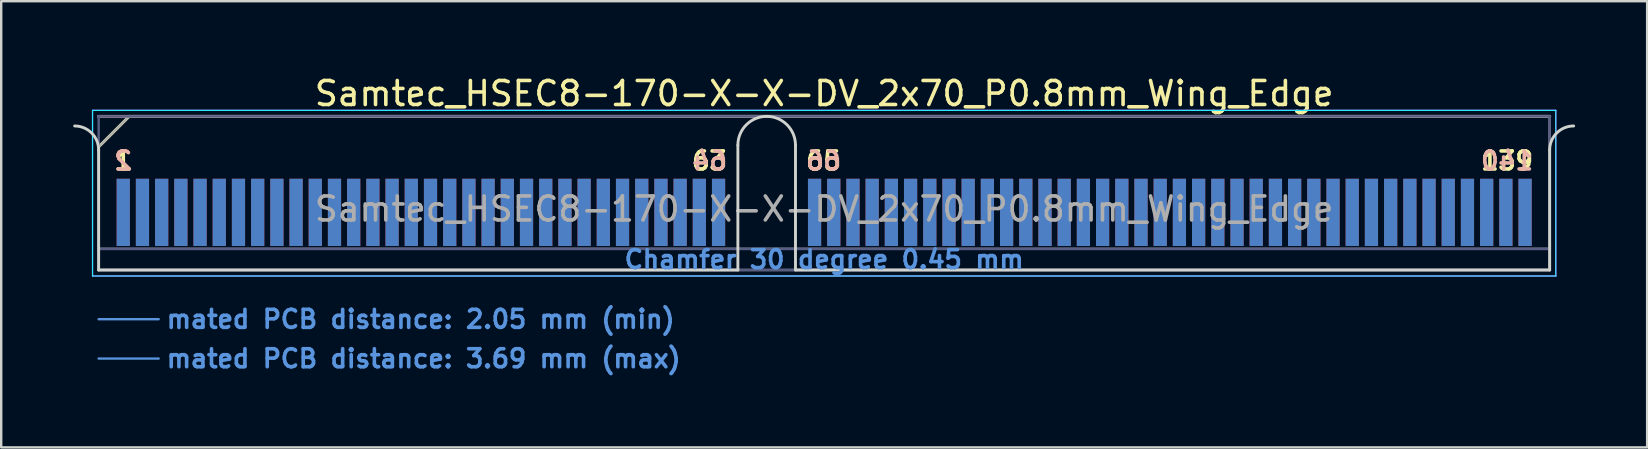
<source format=kicad_pcb>
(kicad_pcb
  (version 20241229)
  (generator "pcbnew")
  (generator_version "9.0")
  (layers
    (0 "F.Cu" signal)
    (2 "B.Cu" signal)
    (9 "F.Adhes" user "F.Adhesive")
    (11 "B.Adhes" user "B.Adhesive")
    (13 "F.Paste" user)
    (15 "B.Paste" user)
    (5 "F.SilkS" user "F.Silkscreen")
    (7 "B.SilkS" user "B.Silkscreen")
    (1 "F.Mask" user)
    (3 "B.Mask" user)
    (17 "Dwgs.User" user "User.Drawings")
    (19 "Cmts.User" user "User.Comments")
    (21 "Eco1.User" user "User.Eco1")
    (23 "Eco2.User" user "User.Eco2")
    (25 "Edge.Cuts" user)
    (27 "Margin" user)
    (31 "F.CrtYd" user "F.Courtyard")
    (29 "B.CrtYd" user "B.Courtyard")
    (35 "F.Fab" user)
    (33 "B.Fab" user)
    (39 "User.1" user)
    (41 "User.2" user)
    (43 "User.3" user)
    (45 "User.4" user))
  (footprint "Samtec_HSEC8-170-X-X-DV_2x70_P0.8mm_Wing_Edge"
    (layer "F.Cu")
    (at 31.285 8.198)
    (property "Reference" "Samtec_HSEC8-170-X-X-DV_2x70_P0.8mm_Wing_Edge" (at 0 -7.35 0) (layer "F.SilkS") (effects (font (size 1 1) (thickness 0.15))))
    (attr exclude_from_pos_files exclude_from_bom)
    (fp_line (start -30.225 -5.13) (end -28.955 -6.4) (stroke (width 0.12) (type solid)) (layer "F.SilkS"))
    (fp_line (start -28.955 -6.4) (end 30.225 -6.4) (stroke (width 0.12) (type solid)) (layer "F.SilkS"))
    (fp_line (start -30.225 -6.4) (end -30.225 -6.4) (stroke (width 0.12) (type solid)) (layer "B.SilkS"))
    (fp_line (start -30.225 -6.4) (end 30.225 -6.4) (stroke (width 0.12) (type solid)) (layer "B.SilkS"))
    (fp_line (start -30.225 2.05) (end -27.725 2.05) (stroke (width 0.1) (type solid)) (layer "Cmts.User"))
    (fp_line (start -30.225 3.69) (end -27.725 3.69) (stroke (width 0.1) (type solid)) (layer "Cmts.User"))
    (fp_line (start -30.225 -5) (end -30.225 0) (stroke (width 0.12) (type solid)) (layer "Edge.Cuts"))
    (fp_line (start -30.225 0) (end -3.595 0) (stroke (width 0.12) (type solid)) (layer "Edge.Cuts"))
    (fp_line (start -3.595 0) (end -3.595 -5.2) (stroke (width 0.12) (type solid)) (layer "Edge.Cuts"))
    (fp_line (start -1.195 -5.2) (end -1.195 0) (stroke (width 0.12) (type solid)) (layer "Edge.Cuts"))
    (fp_line (start -1.195 0) (end 30.225 0) (stroke (width 0.12) (type solid)) (layer "Edge.Cuts"))
    (fp_line (start 30.225 0) (end 30.225 -5) (stroke (width 0.12) (type solid)) (layer "Edge.Cuts"))
    (fp_arc (start -31.225 -6) (mid -30.517893 -5.707107) (end -30.225 -5) (stroke (width 0.12) (type solid)) (layer "Edge.Cuts"))
    (fp_arc (start -3.595 -5.2) (mid -2.395 -6.4) (end -1.195 -5.2) (stroke (width 0.12) (type solid)) (layer "Edge.Cuts"))
    (fp_arc (start 30.225 -5) (mid 30.517893 -5.707107) (end 31.225 -6) (stroke (width 0.12) (type solid)) (layer "Edge.Cuts"))
    (fp_line (start -30.48 -6.65) (end -30.48 0.25) (stroke (width 0.05) (type solid)) (layer "B.CrtYd"))
    (fp_line (start -30.48 0.25) (end 30.48 0.25) (stroke (width 0.05) (type solid)) (layer "B.CrtYd"))
    (fp_line (start 30.48 -6.65) (end -30.48 -6.65) (stroke (width 0.05) (type solid)) (layer "B.CrtYd"))
    (fp_line (start 30.48 0.25) (end 30.48 -6.65) (stroke (width 0.05) (type solid)) (layer "B.CrtYd"))
    (fp_line (start -30.48 -6.65) (end -30.48 0.25) (stroke (width 0.05) (type solid)) (layer "F.CrtYd"))
    (fp_line (start -30.48 0.25) (end 30.48 0.25) (stroke (width 0.05) (type solid)) (layer "F.CrtYd"))
    (fp_line (start 30.48 -6.65) (end -30.48 -6.65) (stroke (width 0.05) (type solid)) (layer "F.CrtYd"))
    (fp_line (start 30.48 0.25) (end 30.48 -6.65) (stroke (width 0.05) (type solid)) (layer "F.CrtYd"))
    (fp_line (start -30.225 -6.4) (end -30.225 -6.4) (stroke (width 0.1) (type solid)) (layer "B.Fab"))
    (fp_line (start -30.225 -6.4) (end -30.225 0) (stroke (width 0.1) (type solid)) (layer "B.Fab"))
    (fp_line (start -30.225 -6.4) (end 30.225 -6.4) (stroke (width 0.1) (type solid)) (layer "B.Fab"))
    (fp_line (start -30.225 -0.88) (end 30.225 -0.88) (stroke (width 0.1) (type solid)) (layer "B.Fab"))
    (fp_line (start -30.225 0) (end 30.225 0) (stroke (width 0.1) (type solid)) (layer "B.Fab"))
    (fp_line (start 30.225 -6.4) (end 30.225 0) (stroke (width 0.1) (type solid)) (layer "B.Fab"))
    (fp_line (start -30.225 -5.13) (end -30.225 0) (stroke (width 0.1) (type solid)) (layer "F.Fab"))
    (fp_line (start -30.225 -5.13) (end -28.955 -6.4) (stroke (width 0.1) (type solid)) (layer "F.Fab"))
    (fp_line (start -30.225 -0.88) (end 30.225 -0.88) (stroke (width 0.1) (type solid)) (layer "F.Fab"))
    (fp_line (start -30.225 0) (end 30.225 0) (stroke (width 0.1) (type solid)) (layer "F.Fab"))
    (fp_line (start -28.955 -6.4) (end 30.225 -6.4) (stroke (width 0.1) (type solid)) (layer "F.Fab"))
    (fp_line (start 30.225 -6.4) (end 30.225 0) (stroke (width 0.1) (type solid)) (layer "F.Fab"))
    (fp_text user "139" (at 28.45 -4.55 0) (layer "F.SilkS") (effects (font (size 0.75 0.75) (thickness 0.15))))
    (fp_text user "1" (at -29.2 -4.55 0) (layer "F.SilkS") (effects (font (size 0.75 0.75) (thickness 0.15))))
    (fp_text user "65" (at -0.025 -4.55 0) (layer "F.SilkS") (effects (font (size 0.75 0.75) (thickness 0.15))))
    (fp_text user "63" (at -4.775 -4.55 0) (layer "F.SilkS") (effects (font (size 0.75 0.75) (thickness 0.15))))
    (fp_text user "66" (at -0.025 -4.55 0) (layer "B.SilkS") (effects (font (size 0.75 0.75) (thickness 0.15)) (justify mirror)))
    (fp_text user "2" (at -29.2 -4.55 0) (layer "B.SilkS") (effects (font (size 0.75 0.75) (thickness 0.15)) (justify mirror)))
    (fp_text user "140" (at 28.45 -4.55 0) (layer "B.SilkS") (effects (font (size 0.75 0.75) (thickness 0.15)) (justify mirror)))
    (fp_text user "64" (at -4.775 -4.55 0) (layer "B.SilkS") (effects (font (size 0.75 0.75) (thickness 0.15)) (justify mirror)))
    (fp_text user "mated PCB distance: 2.05 mm (min)" (at -27.48 2.05 0) (layer "Cmts.User") (effects (font (size 0.75 0.75) (thickness 0.15)) (justify left)))
    (fp_text user "mated PCB distance: 3.69 mm (max)" (at -27.48 3.69 0) (layer "Cmts.User") (effects (font (size 0.75 0.75) (thickness 0.15)) (justify left)))
    (fp_text user "Chamfer 30 degree 0.45 mm" (at 0 -0.44 0) (layer "Cmts.User") (effects (font (size 0.75 0.75) (thickness 0.15))))
    (fp_text user "${REFERENCE}" (at 0 -2.54 0) (layer "F.Fab") (effects (font (size 1 1) (thickness 0.15))))
    (pad "1" connect rect (at -29.2 -2.4) (size 0.55 2.8) (layers "F.Cu" "F.Mask"))
    (pad "2" connect rect (at -29.2 -2.4) (size 0.55 2.8) (layers "B.Cu" "B.Mask"))
    (pad "3" connect rect (at -28.4 -2.4) (size 0.55 2.8) (layers "F.Cu" "F.Mask"))
    (pad "4" connect rect (at -28.4 -2.4) (size 0.55 2.8) (layers "B.Cu" "B.Mask"))
    (pad "5" connect rect (at -27.6 -2.4) (size 0.55 2.8) (layers "F.Cu" "F.Mask"))
    (pad "6" connect rect (at -27.6 -2.4) (size 0.55 2.8) (layers "B.Cu" "B.Mask"))
    (pad "7" connect rect (at -26.8 -2.4) (size 0.55 2.8) (layers "F.Cu" "F.Mask"))
    (pad "8" connect rect (at -26.8 -2.4) (size 0.55 2.8) (layers "B.Cu" "B.Mask"))
    (pad "9" connect rect (at -26 -2.4) (size 0.55 2.8) (layers "F.Cu" "F.Mask"))
    (pad "10" connect rect (at -26 -2.4) (size 0.55 2.8) (layers "B.Cu" "B.Mask"))
    (pad "11" connect rect (at -25.2 -2.4) (size 0.55 2.8) (layers "F.Cu" "F.Mask"))
    (pad "12" connect rect (at -25.2 -2.4) (size 0.55 2.8) (layers "B.Cu" "B.Mask"))
    (pad "13" connect rect (at -24.4 -2.4) (size 0.55 2.8) (layers "F.Cu" "F.Mask"))
    (pad "14" connect rect (at -24.4 -2.4) (size 0.55 2.8) (layers "B.Cu" "B.Mask"))
    (pad "15" connect rect (at -23.6 -2.4) (size 0.55 2.8) (layers "F.Cu" "F.Mask"))
    (pad "16" connect rect (at -23.6 -2.4) (size 0.55 2.8) (layers "B.Cu" "B.Mask"))
    (pad "17" connect rect (at -22.8 -2.4) (size 0.55 2.8) (layers "F.Cu" "F.Mask"))
    (pad "18" connect rect (at -22.8 -2.4) (size 0.55 2.8) (layers "B.Cu" "B.Mask"))
    (pad "19" connect rect (at -22 -2.4) (size 0.55 2.8) (layers "F.Cu" "F.Mask"))
    (pad "20" connect rect (at -22 -2.4) (size 0.55 2.8) (layers "B.Cu" "B.Mask"))
    (pad "21" connect rect (at -21.2 -2.4) (size 0.55 2.8) (layers "F.Cu" "F.Mask"))
    (pad "22" connect rect (at -21.2 -2.4) (size 0.55 2.8) (layers "B.Cu" "B.Mask"))
    (pad "23" connect rect (at -20.4 -2.4) (size 0.55 2.8) (layers "F.Cu" "F.Mask"))
    (pad "24" connect rect (at -20.4 -2.4) (size 0.55 2.8) (layers "B.Cu" "B.Mask"))
    (pad "25" connect rect (at -19.6 -2.4) (size 0.55 2.8) (layers "F.Cu" "F.Mask"))
    (pad "26" connect rect (at -19.6 -2.4) (size 0.55 2.8) (layers "B.Cu" "B.Mask"))
    (pad "27" connect rect (at -18.8 -2.4) (size 0.55 2.8) (layers "F.Cu" "F.Mask"))
    (pad "28" connect rect (at -18.8 -2.4) (size 0.55 2.8) (layers "B.Cu" "B.Mask"))
    (pad "29" connect rect (at -18 -2.4) (size 0.55 2.8) (layers "F.Cu" "F.Mask"))
    (pad "30" connect rect (at -18 -2.4) (size 0.55 2.8) (layers "B.Cu" "B.Mask"))
    (pad "31" connect rect (at -17.2 -2.4) (size 0.55 2.8) (layers "F.Cu" "F.Mask"))
    (pad "32" connect rect (at -17.2 -2.4) (size 0.55 2.8) (layers "B.Cu" "B.Mask"))
    (pad "33" connect rect (at -16.4 -2.4) (size 0.55 2.8) (layers "F.Cu" "F.Mask"))
    (pad "34" connect rect (at -16.4 -2.4) (size 0.55 2.8) (layers "B.Cu" "B.Mask"))
    (pad "35" connect rect (at -15.6 -2.4) (size 0.55 2.8) (layers "F.Cu" "F.Mask"))
    (pad "36" connect rect (at -15.6 -2.4) (size 0.55 2.8) (layers "B.Cu" "B.Mask"))
    (pad "37" connect rect (at -14.8 -2.4) (size 0.55 2.8) (layers "F.Cu" "F.Mask"))
    (pad "38" connect rect (at -14.8 -2.4) (size 0.55 2.8) (layers "B.Cu" "B.Mask"))
    (pad "39" connect rect (at -14 -2.4) (size 0.55 2.8) (layers "F.Cu" "F.Mask"))
    (pad "40" connect rect (at -14 -2.4) (size 0.55 2.8) (layers "B.Cu" "B.Mask"))
    (pad "41" connect rect (at -13.2 -2.4) (size 0.55 2.8) (layers "F.Cu" "F.Mask"))
    (pad "42" connect rect (at -13.2 -2.4) (size 0.55 2.8) (layers "B.Cu" "B.Mask"))
    (pad "43" connect rect (at -12.4 -2.4) (size 0.55 2.8) (layers "F.Cu" "F.Mask"))
    (pad "44" connect rect (at -12.4 -2.4) (size 0.55 2.8) (layers "B.Cu" "B.Mask"))
    (pad "45" connect rect (at -11.6 -2.4) (size 0.55 2.8) (layers "F.Cu" "F.Mask"))
    (pad "46" connect rect (at -11.6 -2.4) (size 0.55 2.8) (layers "B.Cu" "B.Mask"))
    (pad "47" connect rect (at -10.8 -2.4) (size 0.55 2.8) (layers "F.Cu" "F.Mask"))
    (pad "48" connect rect (at -10.8 -2.4) (size 0.55 2.8) (layers "B.Cu" "B.Mask"))
    (pad "49" connect rect (at -10 -2.4) (size 0.55 2.8) (layers "F.Cu" "F.Mask"))
    (pad "50" connect rect (at -10 -2.4) (size 0.55 2.8) (layers "B.Cu" "B.Mask"))
    (pad "51" connect rect (at -9.2 -2.4) (size 0.55 2.8) (layers "F.Cu" "F.Mask"))
    (pad "52" connect rect (at -9.2 -2.4) (size 0.55 2.8) (layers "B.Cu" "B.Mask"))
    (pad "53" connect rect (at -8.4 -2.4) (size 0.55 2.8) (layers "F.Cu" "F.Mask"))
    (pad "54" connect rect (at -8.4 -2.4) (size 0.55 2.8) (layers "B.Cu" "B.Mask"))
    (pad "55" connect rect (at -7.6 -2.4) (size 0.55 2.8) (layers "F.Cu" "F.Mask"))
    (pad "56" connect rect (at -7.6 -2.4) (size 0.55 2.8) (layers "B.Cu" "B.Mask"))
    (pad "57" connect rect (at -6.8 -2.4) (size 0.55 2.8) (layers "F.Cu" "F.Mask"))
    (pad "58" connect rect (at -6.8 -2.4) (size 0.55 2.8) (layers "B.Cu" "B.Mask"))
    (pad "59" connect rect (at -6 -2.4) (size 0.55 2.8) (layers "F.Cu" "F.Mask"))
    (pad "60" connect rect (at -6 -2.4) (size 0.55 2.8) (layers "B.Cu" "B.Mask"))
    (pad "61" connect rect (at -5.2 -2.4) (size 0.55 2.8) (layers "F.Cu" "F.Mask"))
    (pad "62" connect rect (at -5.2 -2.4) (size 0.55 2.8) (layers "B.Cu" "B.Mask"))
    (pad "63" connect rect (at -4.4 -2.4) (size 0.55 2.8) (layers "F.Cu" "F.Mask"))
    (pad "64" connect rect (at -4.4 -2.4) (size 0.55 2.8) (layers "B.Cu" "B.Mask"))
    (pad "65" connect rect (at -0.4 -2.4) (size 0.55 2.8) (layers "F.Cu" "F.Mask"))
    (pad "66" connect rect (at -0.4 -2.4) (size 0.55 2.8) (layers "B.Cu" "B.Mask"))
    (pad "67" connect rect (at 0.4 -2.4) (size 0.55 2.8) (layers "F.Cu" "F.Mask"))
    (pad "68" connect rect (at 0.4 -2.4) (size 0.55 2.8) (layers "B.Cu" "B.Mask"))
    (pad "69" connect rect (at 1.2 -2.4) (size 0.55 2.8) (layers "F.Cu" "F.Mask"))
    (pad "70" connect rect (at 1.2 -2.4) (size 0.55 2.8) (layers "B.Cu" "B.Mask"))
    (pad "71" connect rect (at 2 -2.4) (size 0.55 2.8) (layers "F.Cu" "F.Mask"))
    (pad "72" connect rect (at 2 -2.4) (size 0.55 2.8) (layers "B.Cu" "B.Mask"))
    (pad "73" connect rect (at 2.8 -2.4) (size 0.55 2.8) (layers "F.Cu" "F.Mask"))
    (pad "74" connect rect (at 2.8 -2.4) (size 0.55 2.8) (layers "B.Cu" "B.Mask"))
    (pad "75" connect rect (at 3.6 -2.4) (size 0.55 2.8) (layers "F.Cu" "F.Mask"))
    (pad "76" connect rect (at 3.6 -2.4) (size 0.55 2.8) (layers "B.Cu" "B.Mask"))
    (pad "77" connect rect (at 4.4 -2.4) (size 0.55 2.8) (layers "F.Cu" "F.Mask"))
    (pad "78" connect rect (at 4.4 -2.4) (size 0.55 2.8) (layers "B.Cu" "B.Mask"))
    (pad "79" connect rect (at 5.2 -2.4) (size 0.55 2.8) (layers "F.Cu" "F.Mask"))
    (pad "80" connect rect (at 5.2 -2.4) (size 0.55 2.8) (layers "B.Cu" "B.Mask"))
    (pad "81" connect rect (at 6 -2.4) (size 0.55 2.8) (layers "F.Cu" "F.Mask"))
    (pad "82" connect rect (at 6 -2.4) (size 0.55 2.8) (layers "B.Cu" "B.Mask"))
    (pad "83" connect rect (at 6.8 -2.4) (size 0.55 2.8) (layers "F.Cu" "F.Mask"))
    (pad "84" connect rect (at 6.8 -2.4) (size 0.55 2.8) (layers "B.Cu" "B.Mask"))
    (pad "85" connect rect (at 7.6 -2.4) (size 0.55 2.8) (layers "F.Cu" "F.Mask"))
    (pad "86" connect rect (at 7.6 -2.4) (size 0.55 2.8) (layers "B.Cu" "B.Mask"))
    (pad "87" connect rect (at 8.4 -2.4) (size 0.55 2.8) (layers "F.Cu" "F.Mask"))
    (pad "88" connect rect (at 8.4 -2.4) (size 0.55 2.8) (layers "B.Cu" "B.Mask"))
    (pad "89" connect rect (at 9.2 -2.4) (size 0.55 2.8) (layers "F.Cu" "F.Mask"))
    (pad "90" connect rect (at 9.2 -2.4) (size 0.55 2.8) (layers "B.Cu" "B.Mask"))
    (pad "91" connect rect (at 10 -2.4) (size 0.55 2.8) (layers "F.Cu" "F.Mask"))
    (pad "92" connect rect (at 10 -2.4) (size 0.55 2.8) (layers "B.Cu" "B.Mask"))
    (pad "93" connect rect (at 10.8 -2.4) (size 0.55 2.8) (layers "F.Cu" "F.Mask"))
    (pad "94" connect rect (at 10.8 -2.4) (size 0.55 2.8) (layers "B.Cu" "B.Mask"))
    (pad "95" connect rect (at 11.6 -2.4) (size 0.55 2.8) (layers "F.Cu" "F.Mask"))
    (pad "96" connect rect (at 11.6 -2.4) (size 0.55 2.8) (layers "B.Cu" "B.Mask"))
    (pad "97" connect rect (at 12.4 -2.4) (size 0.55 2.8) (layers "F.Cu" "F.Mask"))
    (pad "98" connect rect (at 12.4 -2.4) (size 0.55 2.8) (layers "B.Cu" "B.Mask"))
    (pad "99" connect rect (at 13.2 -2.4) (size 0.55 2.8) (layers "F.Cu" "F.Mask"))
    (pad "100" connect rect (at 13.2 -2.4) (size 0.55 2.8) (layers "B.Cu" "B.Mask"))
    (pad "101" connect rect (at 14 -2.4) (size 0.55 2.8) (layers "F.Cu" "F.Mask"))
    (pad "102" connect rect (at 14 -2.4) (size 0.55 2.8) (layers "B.Cu" "B.Mask"))
    (pad "103" connect rect (at 14.8 -2.4) (size 0.55 2.8) (layers "F.Cu" "F.Mask"))
    (pad "104" connect rect (at 14.8 -2.4) (size 0.55 2.8) (layers "B.Cu" "B.Mask"))
    (pad "105" connect rect (at 15.6 -2.4) (size 0.55 2.8) (layers "F.Cu" "F.Mask"))
    (pad "106" connect rect (at 15.6 -2.4) (size 0.55 2.8) (layers "B.Cu" "B.Mask"))
    (pad "107" connect rect (at 16.4 -2.4) (size 0.55 2.8) (layers "F.Cu" "F.Mask"))
    (pad "108" connect rect (at 16.4 -2.4) (size 0.55 2.8) (layers "B.Cu" "B.Mask"))
    (pad "109" connect rect (at 17.2 -2.4) (size 0.55 2.8) (layers "F.Cu" "F.Mask"))
    (pad "110" connect rect (at 17.2 -2.4) (size 0.55 2.8) (layers "B.Cu" "B.Mask"))
    (pad "111" connect rect (at 18 -2.4) (size 0.55 2.8) (layers "F.Cu" "F.Mask"))
    (pad "112" connect rect (at 18 -2.4) (size 0.55 2.8) (layers "B.Cu" "B.Mask"))
    (pad "113" connect rect (at 18.8 -2.4) (size 0.55 2.8) (layers "F.Cu" "F.Mask"))
    (pad "114" connect rect (at 18.8 -2.4) (size 0.55 2.8) (layers "B.Cu" "B.Mask"))
    (pad "115" connect rect (at 19.6 -2.4) (size 0.55 2.8) (layers "F.Cu" "F.Mask"))
    (pad "116" connect rect (at 19.6 -2.4) (size 0.55 2.8) (layers "B.Cu" "B.Mask"))
    (pad "117" connect rect (at 20.4 -2.4) (size 0.55 2.8) (layers "F.Cu" "F.Mask"))
    (pad "118" connect rect (at 20.4 -2.4) (size 0.55 2.8) (layers "B.Cu" "B.Mask"))
    (pad "119" connect rect (at 21.2 -2.4) (size 0.55 2.8) (layers "F.Cu" "F.Mask"))
    (pad "120" connect rect (at 21.2 -2.4) (size 0.55 2.8) (layers "B.Cu" "B.Mask"))
    (pad "121" connect rect (at 22 -2.4) (size 0.55 2.8) (layers "F.Cu" "F.Mask"))
    (pad "122" connect rect (at 22 -2.4) (size 0.55 2.8) (layers "B.Cu" "B.Mask"))
    (pad "123" connect rect (at 22.8 -2.4) (size 0.55 2.8) (layers "F.Cu" "F.Mask"))
    (pad "124" connect rect (at 22.8 -2.4) (size 0.55 2.8) (layers "B.Cu" "B.Mask"))
    (pad "125" connect rect (at 23.6 -2.4) (size 0.55 2.8) (layers "F.Cu" "F.Mask"))
    (pad "126" connect rect (at 23.6 -2.4) (size 0.55 2.8) (layers "B.Cu" "B.Mask"))
    (pad "127" connect rect (at 24.4 -2.4) (size 0.55 2.8) (layers "F.Cu" "F.Mask"))
    (pad "128" connect rect (at 24.4 -2.4) (size 0.55 2.8) (layers "B.Cu" "B.Mask"))
    (pad "129" connect rect (at 25.2 -2.4) (size 0.55 2.8) (layers "F.Cu" "F.Mask"))
    (pad "130" connect rect (at 25.2 -2.4) (size 0.55 2.8) (layers "B.Cu" "B.Mask"))
    (pad "131" connect rect (at 26 -2.4) (size 0.55 2.8) (layers "F.Cu" "F.Mask"))
    (pad "132" connect rect (at 26 -2.4) (size 0.55 2.8) (layers "B.Cu" "B.Mask"))
    (pad "133" connect rect (at 26.8 -2.4) (size 0.55 2.8) (layers "F.Cu" "F.Mask"))
    (pad "134" connect rect (at 26.8 -2.4) (size 0.55 2.8) (layers "B.Cu" "B.Mask"))
    (pad "135" connect rect (at 27.6 -2.4) (size 0.55 2.8) (layers "F.Cu" "F.Mask"))
    (pad "136" connect rect (at 27.6 -2.4) (size 0.55 2.8) (layers "B.Cu" "B.Mask"))
    (pad "137" connect rect (at 28.4 -2.4) (size 0.55 2.8) (layers "F.Cu" "F.Mask"))
    (pad "138" connect rect (at 28.4 -2.4) (size 0.55 2.8) (layers "B.Cu" "B.Mask"))
    (pad "139" connect rect (at 29.2 -2.4) (size 0.55 2.8) (layers "F.Cu" "F.Mask"))
    (pad "140" connect rect (at 29.2 -2.4) (size 0.55 2.8) (layers "B.Cu" "B.Mask")))
  (gr_rect
    (start -3 -3)
    (end 65.57 15.59)
    (stroke (width 0.1) (type default))
    (fill no)
    (layer "Edge.Cuts")))
</source>
